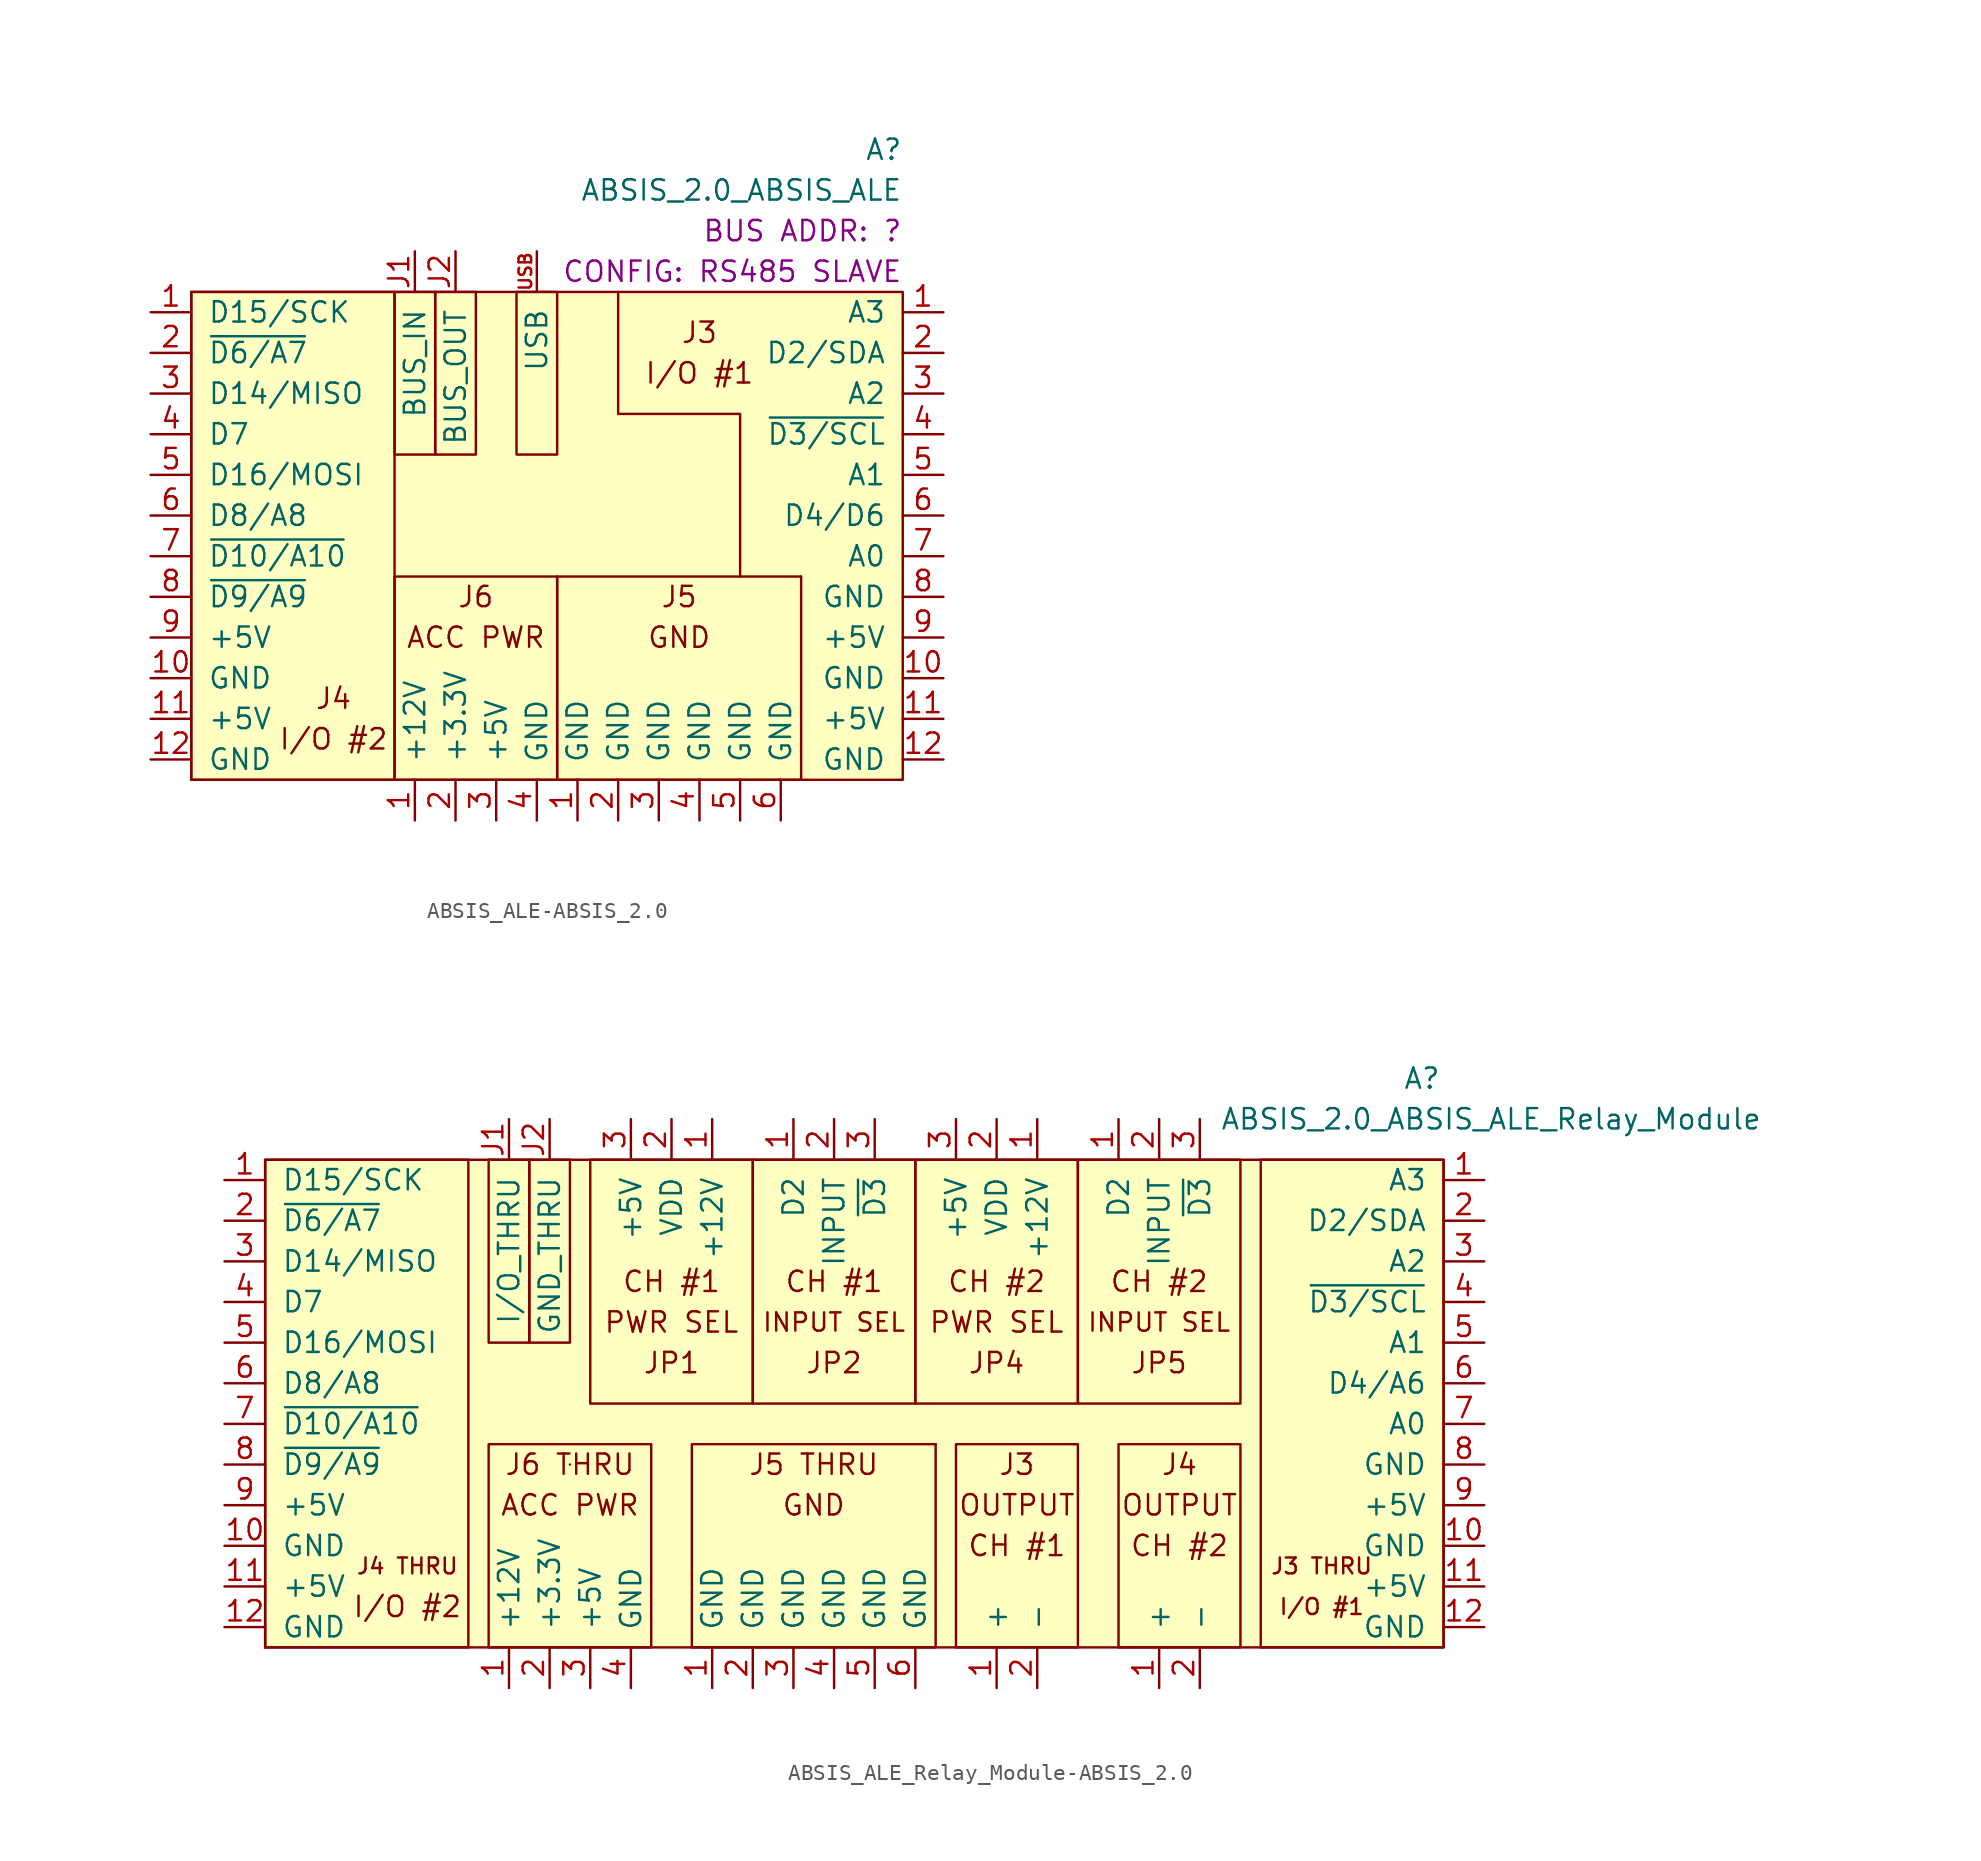
<source format=kicad_sym>
(kicad_symbol_lib
  (version 20220914)
  (generator kicad_symbol_editor)
  (symbol "ABSIS_ALE-ABSIS_2.0"
    (pin_names
      (offset 1.016))
    (property "Reference" "A"
      (at 15.24 24.13 0)
      (effects (font (size 1.27 1.27)) (justify right)))
    (property "Value" "ABSIS_2.0_ABSIS_ALE"
      (at 15.24 21.59 0)
      (effects (font (size 1.27 1.27)) (justify right)))
    (property "RS485 ADDR" "BUS ADDR: ?"
      (at 15.24 19.05 0)
      (effects (font (size 1.27 1.27)) (justify right)))
    (property "CONFIG" "CONFIG: RS485 SLAVE"
      (at 15.24 16.51 0)
      (effects (font (size 1.27 1.27)) (justify right)))
    (symbol "ABSIS_ALE-ABSIS_2.0_0_0"
      (rectangle (start -29.21 15.24) (end -16.51 -15.24) (stroke (width 0) (type solid)) (fill (type none)))
      (rectangle (start -16.51 -15.24) (end -6.35 -2.54) (stroke (width 0) (type solid)) (fill (type none)))
      (rectangle (start -16.51 15.24) (end -13.97 5.08) (stroke (width 0) (type solid)) (fill (type none)))
      (rectangle (start -13.97 15.24) (end -11.43 5.08) (stroke (width 0) (type solid)) (fill (type none)))
      (rectangle (start -8.89 15.24) (end -6.35 5.08) (stroke (width 0) (type solid)) (fill (type none)))
      (rectangle (start -6.35 -15.24) (end 8.89 -2.54) (stroke (width 0) (type solid)) (fill (type none)))
      (rectangle (start 8.89 -2.54) (end 8.89 -2.54) (stroke (width 0) (type solid)) (fill (type none)))
      (text "ACC PWR" (at -11.43 -6.35 0) (effects (font (size 1.27 1.27))))
      (text "GND" (at 1.27 -6.35 0) (effects (font (size 1.27 1.27))))
      (text "I/O #1" (at 2.54 10.16 0) (effects (font (size 1.27 1.27))))
      (text "I/O #2" (at -20.32 -12.7 0) (effects (font (size 1.27 1.27))))
      (text "J3" (at 2.54 12.7 0) (effects (font (size 1.27 1.27))))
      (text "J4" (at -20.32 -10.16 0) (effects (font (size 1.27 1.27))))
      (text "J5" (at 1.27 -3.81 0) (effects (font (size 1.27 1.27))))
      (text "J6" (at -11.43 -3.81 0) (effects (font (size 1.27 1.27))))
      (pin unspecified line (at -15.24 -17.78 90) (length 2.54) (name "+12V" (effects (font (size 1.27 1.27)))) (number "1" (effects (font (size 1.27 1.27)))))
      (pin unspecified line (at 17.78 13.97 180) (length 2.54) (name "A3" (effects (font (size 1.27 1.27)))) (number "1" (effects (font (size 1.27 1.27)))))
      (pin unspecified line (at -31.75 13.97 0) (length 2.54) (name "D15/SCK" (effects (font (size 1.27 1.27)))) (number "1" (effects (font (size 1.27 1.27)))))
      (pin unspecified line (at -5.08 -17.78 90) (length 2.54) (name "GND" (effects (font (size 1.27 1.27)))) (number "1" (effects (font (size 1.27 1.27)))))
      (pin unspecified line (at -31.75 -8.89 0) (length 2.54) (name "GND" (effects (font (size 1.27 1.27)))) (number "10" (effects (font (size 1.27 1.27)))))
      (pin unspecified line (at 17.78 -8.89 180) (length 2.54) (name "GND" (effects (font (size 1.27 1.27)))) (number "10" (effects (font (size 1.27 1.27)))))
      (pin unspecified line (at -31.75 -11.43 0) (length 2.54) (name "+5V" (effects (font (size 1.27 1.27)))) (number "11" (effects (font (size 1.27 1.27)))))
      (pin unspecified line (at 17.78 -11.43 180) (length 2.54) (name "+5V" (effects (font (size 1.27 1.27)))) (number "11" (effects (font (size 1.27 1.27)))))
      (pin unspecified line (at -31.75 -13.97 0) (length 2.54) (name "GND" (effects (font (size 1.27 1.27)))) (number "12" (effects (font (size 1.27 1.27)))))
      (pin unspecified line (at 17.78 -13.97 180) (length 2.54) (name "GND" (effects (font (size 1.27 1.27)))) (number "12" (effects (font (size 1.27 1.27)))))
      (pin unspecified line (at -12.7 -17.78 90) (length 2.54) (name "+3.3V" (effects (font (size 1.27 1.27)))) (number "2" (effects (font (size 1.27 1.27)))))
      (pin unspecified line (at 17.78 11.43 180) (length 2.54) (name "D2/SDA" (effects (font (size 1.27 1.27)))) (number "2" (effects (font (size 1.27 1.27)))))
      (pin unspecified line (at -2.54 -17.78 90) (length 2.54) (name "GND" (effects (font (size 1.27 1.27)))) (number "2" (effects (font (size 1.27 1.27)))))
      (pin unspecified line (at -31.75 11.43 0) (length 2.54) (name "~{D6/A7}" (effects (font (size 1.27 1.27)))) (number "2" (effects (font (size 1.27 1.27)))))
      (pin unspecified line (at -10.16 -17.78 90) (length 2.54) (name "+5V" (effects (font (size 1.27 1.27)))) (number "3" (effects (font (size 1.27 1.27)))))
      (pin unspecified line (at 17.78 8.89 180) (length 2.54) (name "A2" (effects (font (size 1.27 1.27)))) (number "3" (effects (font (size 1.27 1.27)))))
      (pin unspecified line (at -31.75 8.89 0) (length 2.54) (name "D14/MISO" (effects (font (size 1.27 1.27)))) (number "3" (effects (font (size 1.27 1.27)))))
      (pin unspecified line (at 0 -17.78 90) (length 2.54) (name "GND" (effects (font (size 1.27 1.27)))) (number "3" (effects (font (size 1.27 1.27)))))
      (pin unspecified line (at -31.75 6.35 0) (length 2.54) (name "D7" (effects (font (size 1.27 1.27)))) (number "4" (effects (font (size 1.27 1.27)))))
      (pin unspecified line (at -7.62 -17.78 90) (length 2.54) (name "GND" (effects (font (size 1.27 1.27)))) (number "4" (effects (font (size 1.27 1.27)))))
      (pin unspecified line (at 2.54 -17.78 90) (length 2.54) (name "GND" (effects (font (size 1.27 1.27)))) (number "4" (effects (font (size 1.27 1.27)))))
      (pin unspecified line (at 17.78 6.35 180) (length 2.54) (name "~{D3/SCL}" (effects (font (size 1.27 1.27)))) (number "4" (effects (font (size 1.27 1.27)))))
      (pin unspecified line (at 17.78 3.81 180) (length 2.54) (name "A1" (effects (font (size 1.27 1.27)))) (number "5" (effects (font (size 1.27 1.27)))))
      (pin unspecified line (at -31.75 3.81 0) (length 2.54) (name "D16/MOSI" (effects (font (size 1.27 1.27)))) (number "5" (effects (font (size 1.27 1.27)))))
      (pin unspecified line (at 5.08 -17.78 90) (length 2.54) (name "GND" (effects (font (size 1.27 1.27)))) (number "5" (effects (font (size 1.27 1.27)))))
      (pin unspecified line (at 17.78 1.27 180) (length 2.54) (name "D4/D6" (effects (font (size 1.27 1.27)))) (number "6" (effects (font (size 1.27 1.27)))))
      (pin unspecified line (at -31.75 1.27 0) (length 2.54) (name "D8/A8" (effects (font (size 1.27 1.27)))) (number "6" (effects (font (size 1.27 1.27)))))
      (pin unspecified line (at 7.62 -17.78 90) (length 2.54) (name "GND" (effects (font (size 1.27 1.27)))) (number "6" (effects (font (size 1.27 1.27)))))
      (pin unspecified line (at 17.78 -1.27 180) (length 2.54) (name "A0" (effects (font (size 1.27 1.27)))) (number "7" (effects (font (size 1.27 1.27)))))
      (pin unspecified line (at -31.75 -1.27 0) (length 2.54) (name "~{D10/A10}" (effects (font (size 1.27 1.27)))) (number "7" (effects (font (size 1.27 1.27)))))
      (pin unspecified line (at 17.78 -3.81 180) (length 2.54) (name "GND" (effects (font (size 1.27 1.27)))) (number "8" (effects (font (size 1.27 1.27)))))
      (pin unspecified line (at -31.75 -3.81 0) (length 2.54) (name "~{D9/A9}" (effects (font (size 1.27 1.27)))) (number "8" (effects (font (size 1.27 1.27)))))
      (pin unspecified line (at -31.75 -6.35 0) (length 2.54) (name "+5V" (effects (font (size 1.27 1.27)))) (number "9" (effects (font (size 1.27 1.27)))))
      (pin unspecified line (at 17.78 -6.35 180) (length 2.54) (name "+5V" (effects (font (size 1.27 1.27)))) (number "9" (effects (font (size 1.27 1.27)))))
      (pin bidirectional line (at -15.24 17.78 270) (length 2.54) (name "BUS_IN" (effects (font (size 1.27 1.27)))) (number "J1" (effects (font (size 1.27 1.27)))))
      (pin bidirectional line (at -12.7 17.78 270) (length 2.54) (name "BUS_OUT" (effects (font (size 1.27 1.27)))) (number "J2" (effects (font (size 1.27 1.27)))))
      (pin unspecified line (at -7.62 17.78 270) (length 2.54) (name "USB" (effects (font (size 1.27 1.27)))) (number "USB" (effects (font (size 0.787 0.787))))))
    (symbol "ABSIS_ALE-ABSIS_2.0_0_1"
      (polyline (pts (xy -2.54 15.24) (xy -2.54 7.62) (xy 5.08 7.62) (xy 5.08 -2.54)) (stroke (width 0) (type solid)) (fill (type none)))
      (rectangle (start 15.24 -15.24) (end -29.21 15.24) (stroke (width 0) (type solid)) (fill (type background)))))
  (symbol "ABSIS_ALE_Relay_Module-ABSIS_2.0"
    (pin_names
      (offset 1.016))
    (property "Reference" "A"
      (at 41.91 20.32 0)
      (effects (font (size 1.27 1.27)) (justify left)))
    (property "Value" "ABSIS_2.0_ABSIS_ALE_Relay_Module"
      (at 30.48 17.78 0)
      (effects (font (size 1.27 1.27)) (justify left)))
    (symbol "ABSIS_ALE_Relay_Module-ABSIS_2.0_0_0"
      (rectangle (start -29.21 15.24) (end -16.51 -15.24) (stroke (width 0) (type solid)) (fill (type none)))
      (rectangle (start -15.24 -15.24) (end -5.08 -2.54) (stroke (width 0) (type solid)) (fill (type none)))
      (rectangle (start -15.24 3.81) (end -12.7 15.24) (stroke (width 0) (type solid)) (fill (type none)))
      (rectangle (start -12.7 15.24) (end -10.16 3.81) (stroke (width 0) (type solid)) (fill (type none)))
      (rectangle (start -10.16 -3.81) (end -10.16 -3.81) (stroke (width 0) (type solid)) (fill (type none)))
      (rectangle (start -8.89 15.24) (end 1.27 0) (stroke (width 0) (type solid)) (fill (type none)))
      (rectangle (start -2.54 -15.24) (end 12.7 -2.54) (stroke (width 0) (type solid)) (fill (type none)))
      (rectangle (start 1.27 15.24) (end 11.43 0) (stroke (width 0) (type solid)) (fill (type none)))
      (rectangle (start 11.43 15.24) (end 21.59 0) (stroke (width 0) (type solid)) (fill (type none)))
      (rectangle (start 12.7 -2.54) (end 12.7 -2.54) (stroke (width 0) (type solid)) (fill (type none)))
      (rectangle (start 13.97 -15.24) (end 21.59 -2.54) (stroke (width 0) (type solid)) (fill (type none)))
      (rectangle (start 21.59 15.24) (end 31.75 0) (stroke (width 0) (type solid)) (fill (type background)))
      (rectangle (start 24.13 -15.24) (end 31.75 -2.54) (stroke (width 0) (type solid)) (fill (type none)))
      (rectangle (start 44.45 15.24) (end 33.02 -15.24) (stroke (width 0) (type solid)) (fill (type background)))
      (text "ACC PWR" (at -10.16 -6.35 0) (effects (font (size 1.27 1.27))))
      (text "CH #1" (at -3.81 7.62 0) (effects (font (size 1.27 1.27))))
      (text "CH #1" (at 6.35 7.62 0) (effects (font (size 1.27 1.27))))
      (text "CH #1" (at 17.78 -8.89 0) (effects (font (size 1.27 1.27))))
      (text "CH #2" (at 16.51 7.62 0) (effects (font (size 1.27 1.27))))
      (text "CH #2" (at 26.67 7.62 0) (effects (font (size 1.27 1.27))))
      (text "CH #2" (at 27.94 -8.89 0) (effects (font (size 1.27 1.27))))
      (text "GND" (at 5.08 -6.35 0) (effects (font (size 1.27 1.27))))
      (text "I/O #1" (at 36.83 -12.7 0) (effects (font (size 0.991 0.991))))
      (text "I/O #2" (at -20.32 -12.7 0) (effects (font (size 1.27 1.27))))
      (text "INPUT SEL" (at 6.35 5.08 0) (effects (font (size 1.143 1.143))))
      (text "INPUT SEL" (at 26.67 5.08 0) (effects (font (size 1.143 1.143))))
      (text "J3" (at 17.78 -3.81 0) (effects (font (size 1.27 1.27))))
      (text "J3 THRU" (at 36.83 -10.16 0) (effects (font (size 0.991 0.991))))
      (text "J4" (at 27.94 -3.81 0) (effects (font (size 1.27 1.27))))
      (text "J4 THRU" (at -20.32 -10.16 0) (effects (font (size 0.991 0.991))))
      (text "J5 THRU" (at 5.08 -3.81 0) (effects (font (size 1.27 1.27))))
      (text "J6 THRU" (at -10.16 -3.81 0) (effects (font (size 1.27 1.27))))
      (text "JP1" (at -3.81 2.54 0) (effects (font (size 1.27 1.27))))
      (text "JP2" (at 6.35 2.54 0) (effects (font (size 1.27 1.27))))
      (text "JP4" (at 16.51 2.54 0) (effects (font (size 1.27 1.27))))
      (text "JP5" (at 26.67 2.54 0) (effects (font (size 1.27 1.27))))
      (text "OUTPUT" (at 17.78 -6.35 0) (effects (font (size 1.27 1.27))))
      (text "OUTPUT" (at 27.94 -6.35 0) (effects (font (size 1.27 1.27))))
      (text "PWR SEL" (at -3.81 5.08 0) (effects (font (size 1.27 1.27))))
      (text "PWR SEL" (at 16.51 5.08 0) (effects (font (size 1.27 1.27))))
      (pin unspecified line (at 16.51 -17.78 90) (length 2.54) (name "+" (effects (font (size 1.27 1.27)))) (number "1" (effects (font (size 1.27 1.27)))))
      (pin unspecified line (at 26.67 -17.78 90) (length 2.54) (name "+" (effects (font (size 1.27 1.27)))) (number "1" (effects (font (size 1.27 1.27)))))
      (pin unspecified line (at -13.97 -17.78 90) (length 2.54) (name "+12V" (effects (font (size 1.27 1.27)))) (number "1" (effects (font (size 1.27 1.27)))))
      (pin unspecified line (at -1.27 17.78 270) (length 2.54) (name "+12V" (effects (font (size 1.27 1.27)))) (number "1" (effects (font (size 1.27 1.27)))))
      (pin unspecified line (at 19.05 17.78 270) (length 2.54) (name "+12V" (effects (font (size 1.27 1.27)))) (number "1" (effects (font (size 1.27 1.27)))))
      (pin unspecified line (at 46.99 13.97 180) (length 2.54) (name "A3" (effects (font (size 1.27 1.27)))) (number "1" (effects (font (size 1.27 1.27)))))
      (pin unspecified line (at -31.75 13.97 0) (length 2.54) (name "D15/SCK" (effects (font (size 1.27 1.27)))) (number "1" (effects (font (size 1.27 1.27)))))
      (pin unspecified line (at 3.81 17.78 270) (length 2.54) (name "D2" (effects (font (size 1.27 1.27)))) (number "1" (effects (font (size 1.27 1.27)))))
      (pin unspecified line (at 24.13 17.78 270) (length 2.54) (name "D2" (effects (font (size 1.27 1.27)))) (number "1" (effects (font (size 1.27 1.27)))))
      (pin unspecified line (at -1.27 -17.78 90) (length 2.54) (name "GND" (effects (font (size 1.27 1.27)))) (number "1" (effects (font (size 1.27 1.27)))))
      (pin unspecified line (at -31.75 -8.89 0) (length 2.54) (name "GND" (effects (font (size 1.27 1.27)))) (number "10" (effects (font (size 1.27 1.27)))))
      (pin unspecified line (at 46.99 -8.89 180) (length 2.54) (name "GND" (effects (font (size 1.27 1.27)))) (number "10" (effects (font (size 1.27 1.27)))))
      (pin unspecified line (at -31.75 -11.43 0) (length 2.54) (name "+5V" (effects (font (size 1.27 1.27)))) (number "11" (effects (font (size 1.27 1.27)))))
      (pin unspecified line (at 46.99 -11.43 180) (length 2.54) (name "+5V" (effects (font (size 1.27 1.27)))) (number "11" (effects (font (size 1.27 1.27)))))
      (pin unspecified line (at -31.75 -13.97 0) (length 2.54) (name "GND" (effects (font (size 1.27 1.27)))) (number "12" (effects (font (size 1.27 1.27)))))
      (pin unspecified line (at 46.99 -13.97 180) (length 2.54) (name "GND" (effects (font (size 1.27 1.27)))) (number "12" (effects (font (size 1.27 1.27)))))
      (pin unspecified line (at -11.43 -17.78 90) (length 2.54) (name "+3.3V" (effects (font (size 1.27 1.27)))) (number "2" (effects (font (size 1.27 1.27)))))
      (pin unspecified line (at 19.05 -17.78 90) (length 2.54) (name "-" (effects (font (size 1.27 1.27)))) (number "2" (effects (font (size 1.27 1.27)))))
      (pin unspecified line (at 29.21 -17.78 90) (length 2.54) (name "-" (effects (font (size 1.27 1.27)))) (number "2" (effects (font (size 1.27 1.27)))))
      (pin unspecified line (at 46.99 11.43 180) (length 2.54) (name "D2/SDA" (effects (font (size 1.27 1.27)))) (number "2" (effects (font (size 1.27 1.27)))))
      (pin unspecified line (at 1.27 -17.78 90) (length 2.54) (name "GND" (effects (font (size 1.27 1.27)))) (number "2" (effects (font (size 1.27 1.27)))))
      (pin unspecified line (at 6.35 17.78 270) (length 2.54) (name "INPUT" (effects (font (size 1.27 1.27)))) (number "2" (effects (font (size 1.27 1.27)))))
      (pin unspecified line (at 26.67 17.78 270) (length 2.54) (name "INPUT" (effects (font (size 1.27 1.27)))) (number "2" (effects (font (size 1.27 1.27)))))
      (pin unspecified line (at -3.81 17.78 270) (length 2.54) (name "VDD" (effects (font (size 1.27 1.27)))) (number "2" (effects (font (size 1.27 1.27)))))
      (pin unspecified line (at 16.51 17.78 270) (length 2.54) (name "VDD" (effects (font (size 1.27 1.27)))) (number "2" (effects (font (size 1.27 1.27)))))
      (pin unspecified line (at -31.75 11.43 0) (length 2.54) (name "~{D6/A7}" (effects (font (size 1.27 1.27)))) (number "2" (effects (font (size 1.27 1.27)))))
      (pin unspecified line (at -8.89 -17.78 90) (length 2.54) (name "+5V" (effects (font (size 1.27 1.27)))) (number "3" (effects (font (size 1.27 1.27)))))
      (pin unspecified line (at -6.35 17.78 270) (length 2.54) (name "+5V" (effects (font (size 1.27 1.27)))) (number "3" (effects (font (size 1.27 1.27)))))
      (pin unspecified line (at 13.97 17.78 270) (length 2.54) (name "+5V" (effects (font (size 1.27 1.27)))) (number "3" (effects (font (size 1.27 1.27)))))
      (pin unspecified line (at 46.99 8.89 180) (length 2.54) (name "A2" (effects (font (size 1.27 1.27)))) (number "3" (effects (font (size 1.27 1.27)))))
      (pin unspecified line (at -31.75 8.89 0) (length 2.54) (name "D14/MISO" (effects (font (size 1.27 1.27)))) (number "3" (effects (font (size 1.27 1.27)))))
      (pin unspecified line (at 3.81 -17.78 90) (length 2.54) (name "GND" (effects (font (size 1.27 1.27)))) (number "3" (effects (font (size 1.27 1.27)))))
      (pin unspecified line (at 8.89 17.78 270) (length 2.54) (name "~{D3}" (effects (font (size 1.27 1.27)))) (number "3" (effects (font (size 1.27 1.27)))))
      (pin unspecified line (at 29.21 17.78 270) (length 2.54) (name "~{D3}" (effects (font (size 1.27 1.27)))) (number "3" (effects (font (size 1.27 1.27)))))
      (pin unspecified line (at -31.75 6.35 0) (length 2.54) (name "D7" (effects (font (size 1.27 1.27)))) (number "4" (effects (font (size 1.27 1.27)))))
      (pin unspecified line (at -6.35 -17.78 90) (length 2.54) (name "GND" (effects (font (size 1.27 1.27)))) (number "4" (effects (font (size 1.27 1.27)))))
      (pin unspecified line (at 6.35 -17.78 90) (length 2.54) (name "GND" (effects (font (size 1.27 1.27)))) (number "4" (effects (font (size 1.27 1.27)))))
      (pin unspecified line (at 46.99 6.35 180) (length 2.54) (name "~{D3/SCL}" (effects (font (size 1.27 1.27)))) (number "4" (effects (font (size 1.27 1.27)))))
      (pin unspecified line (at 46.99 3.81 180) (length 2.54) (name "A1" (effects (font (size 1.27 1.27)))) (number "5" (effects (font (size 1.27 1.27)))))
      (pin unspecified line (at -31.75 3.81 0) (length 2.54) (name "D16/MOSI" (effects (font (size 1.27 1.27)))) (number "5" (effects (font (size 1.27 1.27)))))
      (pin unspecified line (at 8.89 -17.78 90) (length 2.54) (name "GND" (effects (font (size 1.27 1.27)))) (number "5" (effects (font (size 1.27 1.27)))))
      (pin unspecified line (at 46.99 1.27 180) (length 2.54) (name "D4/A6" (effects (font (size 1.27 1.27)))) (number "6" (effects (font (size 1.27 1.27)))))
      (pin unspecified line (at -31.75 1.27 0) (length 2.54) (name "D8/A8" (effects (font (size 1.27 1.27)))) (number "6" (effects (font (size 1.27 1.27)))))
      (pin unspecified line (at 11.43 -17.78 90) (length 2.54) (name "GND" (effects (font (size 1.27 1.27)))) (number "6" (effects (font (size 1.27 1.27)))))
      (pin unspecified line (at 46.99 -1.27 180) (length 2.54) (name "A0" (effects (font (size 1.27 1.27)))) (number "7" (effects (font (size 1.27 1.27)))))
      (pin unspecified line (at -31.75 -1.27 0) (length 2.54) (name "~{D10/A10}" (effects (font (size 1.27 1.27)))) (number "7" (effects (font (size 1.27 1.27)))))
      (pin unspecified line (at 46.99 -3.81 180) (length 2.54) (name "GND" (effects (font (size 1.27 1.27)))) (number "8" (effects (font (size 1.27 1.27)))))
      (pin unspecified line (at -31.75 -3.81 0) (length 2.54) (name "~{D9/A9}" (effects (font (size 1.27 1.27)))) (number "8" (effects (font (size 1.27 1.27)))))
      (pin unspecified line (at -31.75 -6.35 0) (length 2.54) (name "+5V" (effects (font (size 1.27 1.27)))) (number "9" (effects (font (size 1.27 1.27)))))
      (pin unspecified line (at 46.99 -6.35 180) (length 2.54) (name "+5V" (effects (font (size 1.27 1.27)))) (number "9" (effects (font (size 1.27 1.27)))))
      (pin bidirectional line (at -13.97 17.78 270) (length 2.54) (name "I/O_THRU" (effects (font (size 1.27 1.27)))) (number "J1" (effects (font (size 1.27 1.27)))))
      (pin bidirectional line (at -11.43 17.78 270) (length 2.54) (name "GND_THRU" (effects (font (size 1.27 1.27)))) (number "J2" (effects (font (size 1.27 1.27))))))
    (symbol "ABSIS_ALE_Relay_Module-ABSIS_2.0_0_1"
      (rectangle (start -29.21 -15.24) (end -29.21 -15.24) (stroke (width 0) (type solid)) (fill (type none)))
      (rectangle (start 44.45 15.24) (end -29.21 -15.24) (stroke (width 0) (type solid)) (fill (type background))))))
</source>
